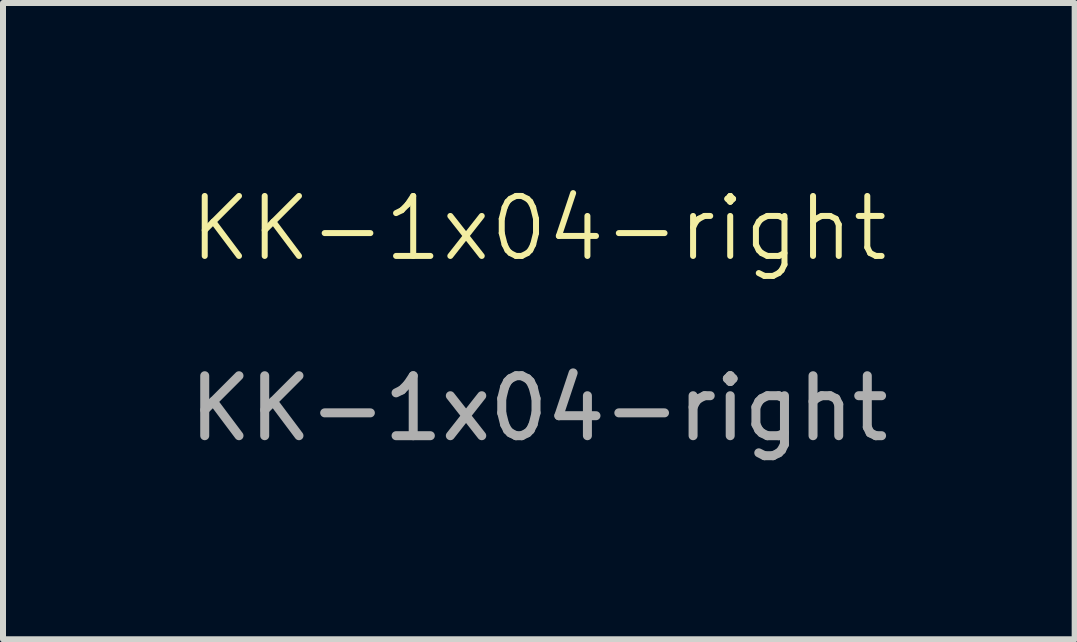
<source format=kicad_pcb>
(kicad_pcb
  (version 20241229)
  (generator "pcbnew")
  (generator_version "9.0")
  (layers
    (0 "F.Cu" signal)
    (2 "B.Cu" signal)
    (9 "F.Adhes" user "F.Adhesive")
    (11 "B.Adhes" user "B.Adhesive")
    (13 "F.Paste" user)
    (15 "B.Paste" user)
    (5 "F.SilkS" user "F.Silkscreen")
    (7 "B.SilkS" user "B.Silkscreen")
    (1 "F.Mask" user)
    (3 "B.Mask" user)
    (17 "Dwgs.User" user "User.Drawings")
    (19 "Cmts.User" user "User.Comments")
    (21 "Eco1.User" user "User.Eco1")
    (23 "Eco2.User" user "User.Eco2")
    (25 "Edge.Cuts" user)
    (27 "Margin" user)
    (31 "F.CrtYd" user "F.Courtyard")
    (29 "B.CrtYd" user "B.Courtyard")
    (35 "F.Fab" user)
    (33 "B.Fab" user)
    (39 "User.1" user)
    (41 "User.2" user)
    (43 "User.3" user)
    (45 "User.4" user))
  (footprint "KK-1x04-right"
    (layer "F.Cu")
    (at 5.935 1.26)
    (property "Reference" "KK-1x04-right" (at 0 -0.5 0) (unlocked yes) (layer "F.SilkS") (effects (font (size 1 1) (thickness 0.1))))
    (attr through_hole)
    (fp_text user "${REFERENCE}" (at 0 2.5 0) (unlocked yes) (layer "F.Fab") (effects (font (size 1 1) (thickness 0.15)))))
  (gr_rect
    (start -3 -3)
    (end 14.869 7.609)
    (stroke (width 0.1) (type default))
    (fill no)
    (layer "Edge.Cuts")))
</source>
